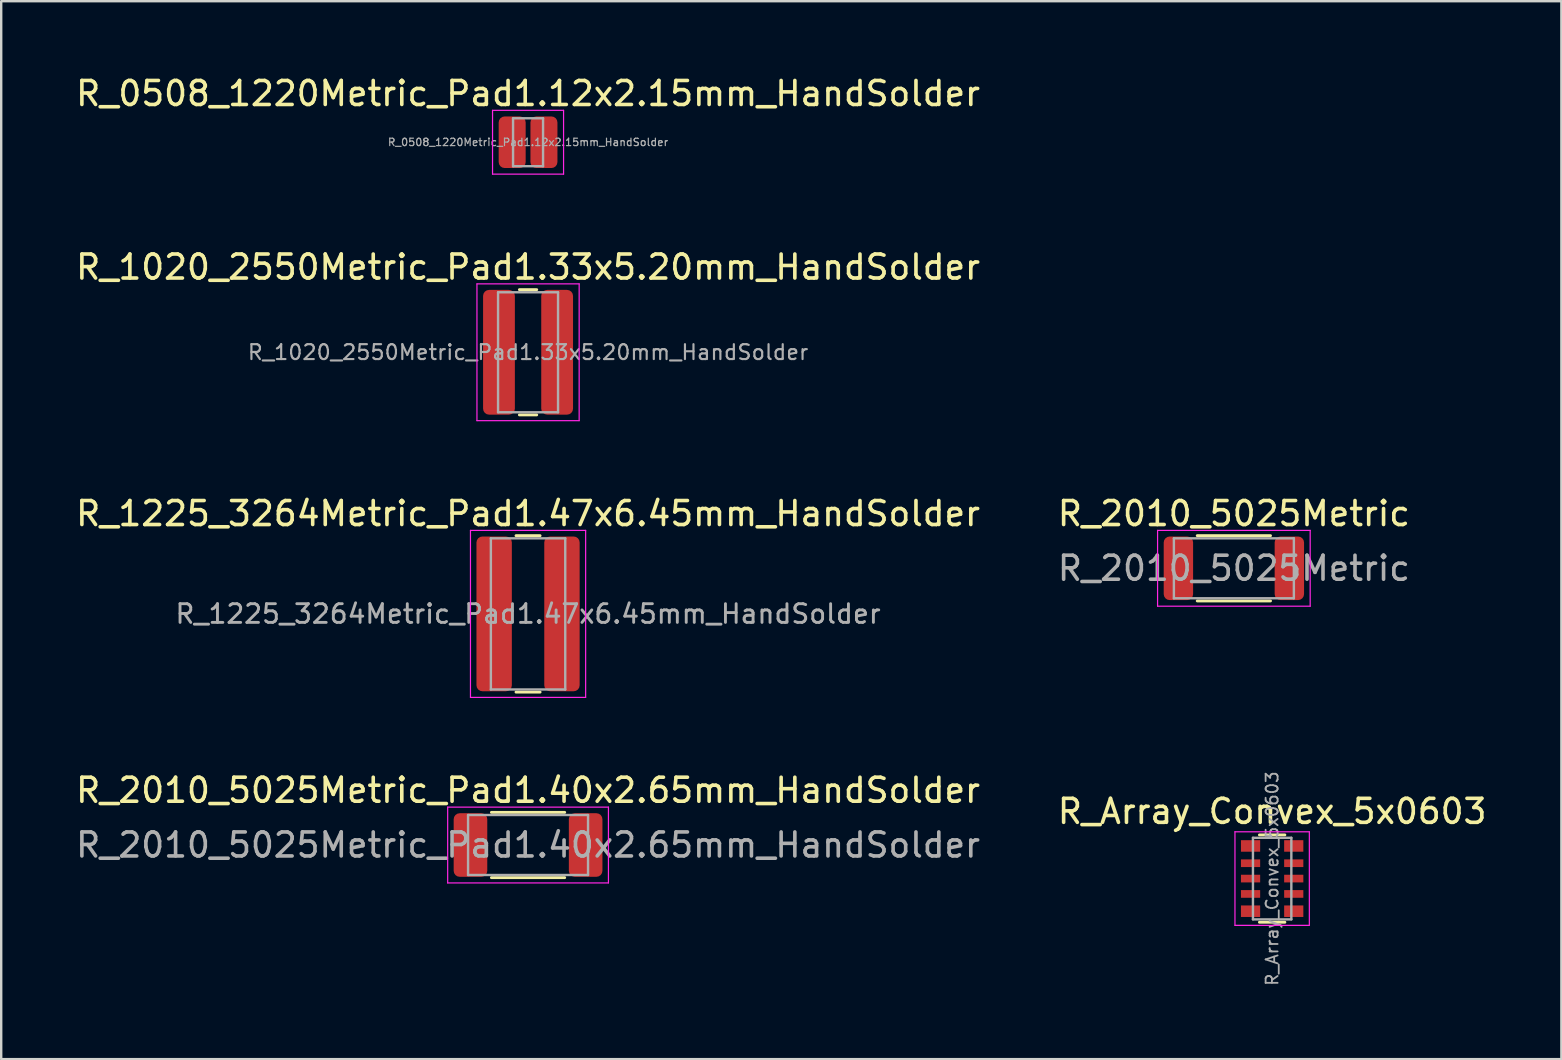
<source format=kicad_pcb>
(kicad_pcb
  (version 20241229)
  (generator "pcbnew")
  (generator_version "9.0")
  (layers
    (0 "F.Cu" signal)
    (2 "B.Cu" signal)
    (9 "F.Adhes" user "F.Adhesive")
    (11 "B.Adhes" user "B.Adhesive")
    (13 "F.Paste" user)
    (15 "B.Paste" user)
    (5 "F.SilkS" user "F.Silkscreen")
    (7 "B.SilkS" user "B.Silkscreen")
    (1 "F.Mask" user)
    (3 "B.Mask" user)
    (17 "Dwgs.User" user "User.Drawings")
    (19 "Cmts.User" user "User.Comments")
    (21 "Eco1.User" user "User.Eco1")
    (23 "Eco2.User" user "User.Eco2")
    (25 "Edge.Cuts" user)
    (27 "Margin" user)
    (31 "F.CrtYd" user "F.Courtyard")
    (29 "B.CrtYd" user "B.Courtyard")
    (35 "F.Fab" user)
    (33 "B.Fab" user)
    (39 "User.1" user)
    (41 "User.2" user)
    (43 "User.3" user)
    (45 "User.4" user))
  (footprint "R_1020_2550Metric_Pad1.33x5.20mm_HandSolder"
    (layer "F.Cu")
    (at 18.958 11.632)
    (property "Reference" "R_1020_2550Metric_Pad1.33x5.20mm_HandSolder" (at 0 -3.55 0) (layer "F.SilkS") (effects (font (size 1 1) (thickness 0.15))))
    (attr smd)
    (fp_line (start -0.361 -2.61) (end 0.361 -2.61) (stroke (width 0.12) (type solid)) (layer "F.SilkS"))
    (fp_line (start -0.361 2.61) (end 0.361 2.61) (stroke (width 0.12) (type solid)) (layer "F.SilkS"))
    (fp_line (start -2.13 -2.85) (end 2.13 -2.85) (stroke (width 0.05) (type solid)) (layer "F.CrtYd"))
    (fp_line (start -2.13 2.85) (end -2.13 -2.85) (stroke (width 0.05) (type solid)) (layer "F.CrtYd"))
    (fp_line (start 2.13 -2.85) (end 2.13 2.85) (stroke (width 0.05) (type solid)) (layer "F.CrtYd"))
    (fp_line (start 2.13 2.85) (end -2.13 2.85) (stroke (width 0.05) (type solid)) (layer "F.CrtYd"))
    (fp_line (start -1.25 -2.5) (end 1.25 -2.5) (stroke (width 0.1) (type solid)) (layer "F.Fab"))
    (fp_line (start -1.25 2.5) (end -1.25 -2.5) (stroke (width 0.1) (type solid)) (layer "F.Fab"))
    (fp_line (start 1.25 -2.5) (end 1.25 2.5) (stroke (width 0.1) (type solid)) (layer "F.Fab"))
    (fp_line (start 1.25 2.5) (end -1.25 2.5) (stroke (width 0.1) (type solid)) (layer "F.Fab"))
    (fp_text user "${REFERENCE}" (at 0 0 0) (layer "F.Fab") (effects (font (size 0.62 0.62) (thickness 0.09))))
    (pad "1" smd roundrect (at -1.212 0) (size 1.325 5.2) (layers "F.Cu" "F.Mask" "F.Paste") (roundrect_rratio 0.189))
    (pad "2" smd roundrect (at 1.212 0) (size 1.325 5.2) (layers "F.Cu" "F.Mask" "F.Paste") (roundrect_rratio 0.189)))
  (footprint "R_1225_3264Metric_Pad1.47x6.45mm_HandSolder"
    (layer "F.Cu")
    (at 18.958 22.535)
    (property "Reference" "R_1225_3264Metric_Pad1.47x6.45mm_HandSolder" (at 0 -4.18 0) (layer "F.SilkS") (effects (font (size 1 1) (thickness 0.15))))
    (attr smd)
    (fp_line (start -0.502 -3.26) (end 0.502 -3.26) (stroke (width 0.12) (type solid)) (layer "F.SilkS"))
    (fp_line (start -0.502 3.26) (end 0.502 3.26) (stroke (width 0.12) (type solid)) (layer "F.SilkS"))
    (fp_line (start -2.4 -3.48) (end 2.4 -3.48) (stroke (width 0.05) (type solid)) (layer "F.CrtYd"))
    (fp_line (start -2.4 3.48) (end -2.4 -3.48) (stroke (width 0.05) (type solid)) (layer "F.CrtYd"))
    (fp_line (start 2.4 -3.48) (end 2.4 3.48) (stroke (width 0.05) (type solid)) (layer "F.CrtYd"))
    (fp_line (start 2.4 3.48) (end -2.4 3.48) (stroke (width 0.05) (type solid)) (layer "F.CrtYd"))
    (fp_line (start -1.55 -3.15) (end 1.55 -3.15) (stroke (width 0.1) (type solid)) (layer "F.Fab"))
    (fp_line (start -1.55 3.15) (end -1.55 -3.15) (stroke (width 0.1) (type solid)) (layer "F.Fab"))
    (fp_line (start 1.55 -3.15) (end 1.55 3.15) (stroke (width 0.1) (type solid)) (layer "F.Fab"))
    (fp_line (start 1.55 3.15) (end -1.55 3.15) (stroke (width 0.1) (type solid)) (layer "F.Fab"))
    (fp_text user "${REFERENCE}" (at 0 0 0) (layer "F.Fab") (effects (font (size 0.78 0.78) (thickness 0.12))))
    (pad "1" smd roundrect (at -1.413 0) (size 1.475 6.45) (layers "F.Cu" "F.Mask" "F.Paste") (roundrect_rratio 0.169))
    (pad "2" smd roundrect (at 1.413 0) (size 1.475 6.45) (layers "F.Cu" "F.Mask" "F.Paste") (roundrect_rratio 0.169)))
  (footprint "R_2010_5025Metric"
    (layer "F.Cu")
    (at 48.375 20.635)
    (property "Reference" "R_2010_5025Metric" (at 0 -2.28 0) (layer "F.SilkS") (effects (font (size 1 1) (thickness 0.15))))
    (attr smd)
    (fp_line (start -1.527 -1.36) (end 1.527 -1.36) (stroke (width 0.12) (type solid)) (layer "F.SilkS"))
    (fp_line (start -1.527 1.36) (end 1.527 1.36) (stroke (width 0.12) (type solid)) (layer "F.SilkS"))
    (fp_line (start -3.18 -1.58) (end 3.18 -1.58) (stroke (width 0.05) (type solid)) (layer "F.CrtYd"))
    (fp_line (start -3.18 1.58) (end -3.18 -1.58) (stroke (width 0.05) (type solid)) (layer "F.CrtYd"))
    (fp_line (start 3.18 -1.58) (end 3.18 1.58) (stroke (width 0.05) (type solid)) (layer "F.CrtYd"))
    (fp_line (start 3.18 1.58) (end -3.18 1.58) (stroke (width 0.05) (type solid)) (layer "F.CrtYd"))
    (fp_line (start -2.5 -1.25) (end 2.5 -1.25) (stroke (width 0.1) (type solid)) (layer "F.Fab"))
    (fp_line (start -2.5 1.25) (end -2.5 -1.25) (stroke (width 0.1) (type solid)) (layer "F.Fab"))
    (fp_line (start 2.5 -1.25) (end 2.5 1.25) (stroke (width 0.1) (type solid)) (layer "F.Fab"))
    (fp_line (start 2.5 1.25) (end -2.5 1.25) (stroke (width 0.1) (type solid)) (layer "F.Fab"))
    (fp_text user "${REFERENCE}" (at 0 0 0) (layer "F.Fab") (effects (font (size 1 1) (thickness 0.15))))
    (pad "1" smd roundrect (at -2.312 0) (size 1.225 2.65) (layers "F.Cu" "F.Mask" "F.Paste") (roundrect_rratio 0.204))
    (pad "2" smd roundrect (at 2.312 0) (size 1.225 2.65) (layers "F.Cu" "F.Mask" "F.Paste") (roundrect_rratio 0.204)))
  (footprint "R_0508_1220Metric_Pad1.12x2.15mm_HandSolder"
    (layer "F.Cu")
    (at 18.958 2.878)
    (property "Reference" "R_0508_1220Metric_Pad1.12x2.15mm_HandSolder" (at 0 -2.03 0) (layer "F.SilkS") (effects (font (size 1 1) (thickness 0.15))))
    (attr smd)
    (fp_line (start -1.48 -1.33) (end 1.48 -1.33) (stroke (width 0.05) (type solid)) (layer "F.CrtYd"))
    (fp_line (start -1.48 1.33) (end -1.48 -1.33) (stroke (width 0.05) (type solid)) (layer "F.CrtYd"))
    (fp_line (start 1.48 -1.33) (end 1.48 1.33) (stroke (width 0.05) (type solid)) (layer "F.CrtYd"))
    (fp_line (start 1.48 1.33) (end -1.48 1.33) (stroke (width 0.05) (type solid)) (layer "F.CrtYd"))
    (fp_line (start -0.625 -1) (end 0.625 -1) (stroke (width 0.1) (type solid)) (layer "F.Fab"))
    (fp_line (start -0.625 1) (end -0.625 -1) (stroke (width 0.1) (type solid)) (layer "F.Fab"))
    (fp_line (start 0.625 -1) (end 0.625 1) (stroke (width 0.1) (type solid)) (layer "F.Fab"))
    (fp_line (start 0.625 1) (end -0.625 1) (stroke (width 0.1) (type solid)) (layer "F.Fab"))
    (fp_text user "${REFERENCE}" (at 0 0 0) (layer "F.Fab") (effects (font (size 0.31 0.31) (thickness 0.05))))
    (pad "1" smd roundrect (at -0.662 0) (size 1.125 2.15) (layers "F.Cu" "F.Mask" "F.Paste") (roundrect_rratio 0.222))
    (pad "2" smd roundrect (at 0.662 0) (size 1.125 2.15) (layers "F.Cu" "F.Mask" "F.Paste") (roundrect_rratio 0.222)))
  (footprint "R_2010_5025Metric_Pad1.40x2.65mm_HandSolder"
    (layer "F.Cu")
    (at 18.958 32.168)
    (property "Reference" "R_2010_5025Metric_Pad1.40x2.65mm_HandSolder" (at 0 -2.28 0) (layer "F.SilkS") (effects (font (size 1 1) (thickness 0.15))))
    (attr smd)
    (fp_line (start -1.527 -1.36) (end 1.527 -1.36) (stroke (width 0.12) (type solid)) (layer "F.SilkS"))
    (fp_line (start -1.527 1.36) (end 1.527 1.36) (stroke (width 0.12) (type solid)) (layer "F.SilkS"))
    (fp_line (start -3.35 -1.58) (end 3.35 -1.58) (stroke (width 0.05) (type solid)) (layer "F.CrtYd"))
    (fp_line (start -3.35 1.58) (end -3.35 -1.58) (stroke (width 0.05) (type solid)) (layer "F.CrtYd"))
    (fp_line (start 3.35 -1.58) (end 3.35 1.58) (stroke (width 0.05) (type solid)) (layer "F.CrtYd"))
    (fp_line (start 3.35 1.58) (end -3.35 1.58) (stroke (width 0.05) (type solid)) (layer "F.CrtYd"))
    (fp_line (start -2.5 -1.25) (end 2.5 -1.25) (stroke (width 0.1) (type solid)) (layer "F.Fab"))
    (fp_line (start -2.5 1.25) (end -2.5 -1.25) (stroke (width 0.1) (type solid)) (layer "F.Fab"))
    (fp_line (start 2.5 -1.25) (end 2.5 1.25) (stroke (width 0.1) (type solid)) (layer "F.Fab"))
    (fp_line (start 2.5 1.25) (end -2.5 1.25) (stroke (width 0.1) (type solid)) (layer "F.Fab"))
    (fp_text user "${REFERENCE}" (at 0 0 0) (layer "F.Fab") (effects (font (size 1 1) (thickness 0.15))))
    (pad "1" smd roundrect (at -2.4 0) (size 1.4 2.65) (layers "F.Cu" "F.Mask" "F.Paste") (roundrect_rratio 0.179))
    (pad "2" smd roundrect (at 2.4 0) (size 1.4 2.65) (layers "F.Cu" "F.Mask" "F.Paste") (roundrect_rratio 0.179)))
  (footprint "R_Array_Convex_5x0603"
    (layer "F.Cu")
    (at 49.97 33.567)
    (property "Reference" "R_Array_Convex_5x0603" (at 0 -2.8 0) (layer "F.SilkS") (effects (font (size 1 1) (thickness 0.15))))
    (attr smd)
    (fp_line (start 0.53 -1.82) (end -0.53 -1.82) (stroke (width 0.12) (type solid)) (layer "F.SilkS"))
    (fp_line (start 0.53 1.82) (end -0.53 1.82) (stroke (width 0.12) (type solid)) (layer "F.SilkS"))
    (fp_line (start -1.55 -1.95) (end -1.55 1.95) (stroke (width 0.05) (type solid)) (layer "F.CrtYd"))
    (fp_line (start -1.55 -1.95) (end 1.55 -1.95) (stroke (width 0.05) (type solid)) (layer "F.CrtYd"))
    (fp_line (start 1.55 1.95) (end -1.55 1.95) (stroke (width 0.05) (type solid)) (layer "F.CrtYd"))
    (fp_line (start 1.55 1.95) (end 1.55 -1.95) (stroke (width 0.05) (type solid)) (layer "F.CrtYd"))
    (fp_line (start -0.8 -1.7) (end -0.8 1.7) (stroke (width 0.1) (type solid)) (layer "F.Fab"))
    (fp_line (start -0.8 1.7) (end 0.8 1.7) (stroke (width 0.1) (type solid)) (layer "F.Fab"))
    (fp_line (start 0.8 -1.7) (end -0.8 -1.7) (stroke (width 0.1) (type solid)) (layer "F.Fab"))
    (fp_line (start 0.8 1.7) (end 0.8 -1.7) (stroke (width 0.1) (type solid)) (layer "F.Fab"))
    (fp_text user "${REFERENCE}" (at 0 0 90) (layer "F.Fab") (effects (font (size 0.5 0.5) (thickness 0.075))))
    (pad "1" smd rect (at -0.9 -1.36) (size 0.8 0.48) (layers "F.Cu" "F.Mask" "F.Paste"))
    (pad "2" smd rect (at -0.9 -0.64) (size 0.8 0.32) (layers "F.Cu" "F.Mask" "F.Paste"))
    (pad "3" smd rect (at -0.9 0) (size 0.8 0.32) (layers "F.Cu" "F.Mask" "F.Paste"))
    (pad "4" smd rect (at -0.9 0.64) (size 0.8 0.32) (layers "F.Cu" "F.Mask" "F.Paste"))
    (pad "5" smd rect (at -0.9 1.36) (size 0.8 0.48) (layers "F.Cu" "F.Mask" "F.Paste"))
    (pad "6" smd rect (at 0.9 1.36) (size 0.8 0.48) (layers "F.Cu" "F.Mask" "F.Paste"))
    (pad "7" smd rect (at 0.9 0.64) (size 0.8 0.32) (layers "F.Cu" "F.Mask" "F.Paste"))
    (pad "8" smd rect (at 0.9 0) (size 0.8 0.32) (layers "F.Cu" "F.Mask" "F.Paste"))
    (pad "9" smd rect (at 0.9 -0.64) (size 0.8 0.32) (layers "F.Cu" "F.Mask" "F.Paste"))
    (pad "10" smd rect (at 0.9 -1.36) (size 0.8 0.48) (layers "F.Cu" "F.Mask" "F.Paste")))
  (gr_rect
    (start -3 -3)
    (end 62.024 41.093)
    (stroke (width 0.1) (type default))
    (fill no)
    (layer "Edge.Cuts")))
</source>
